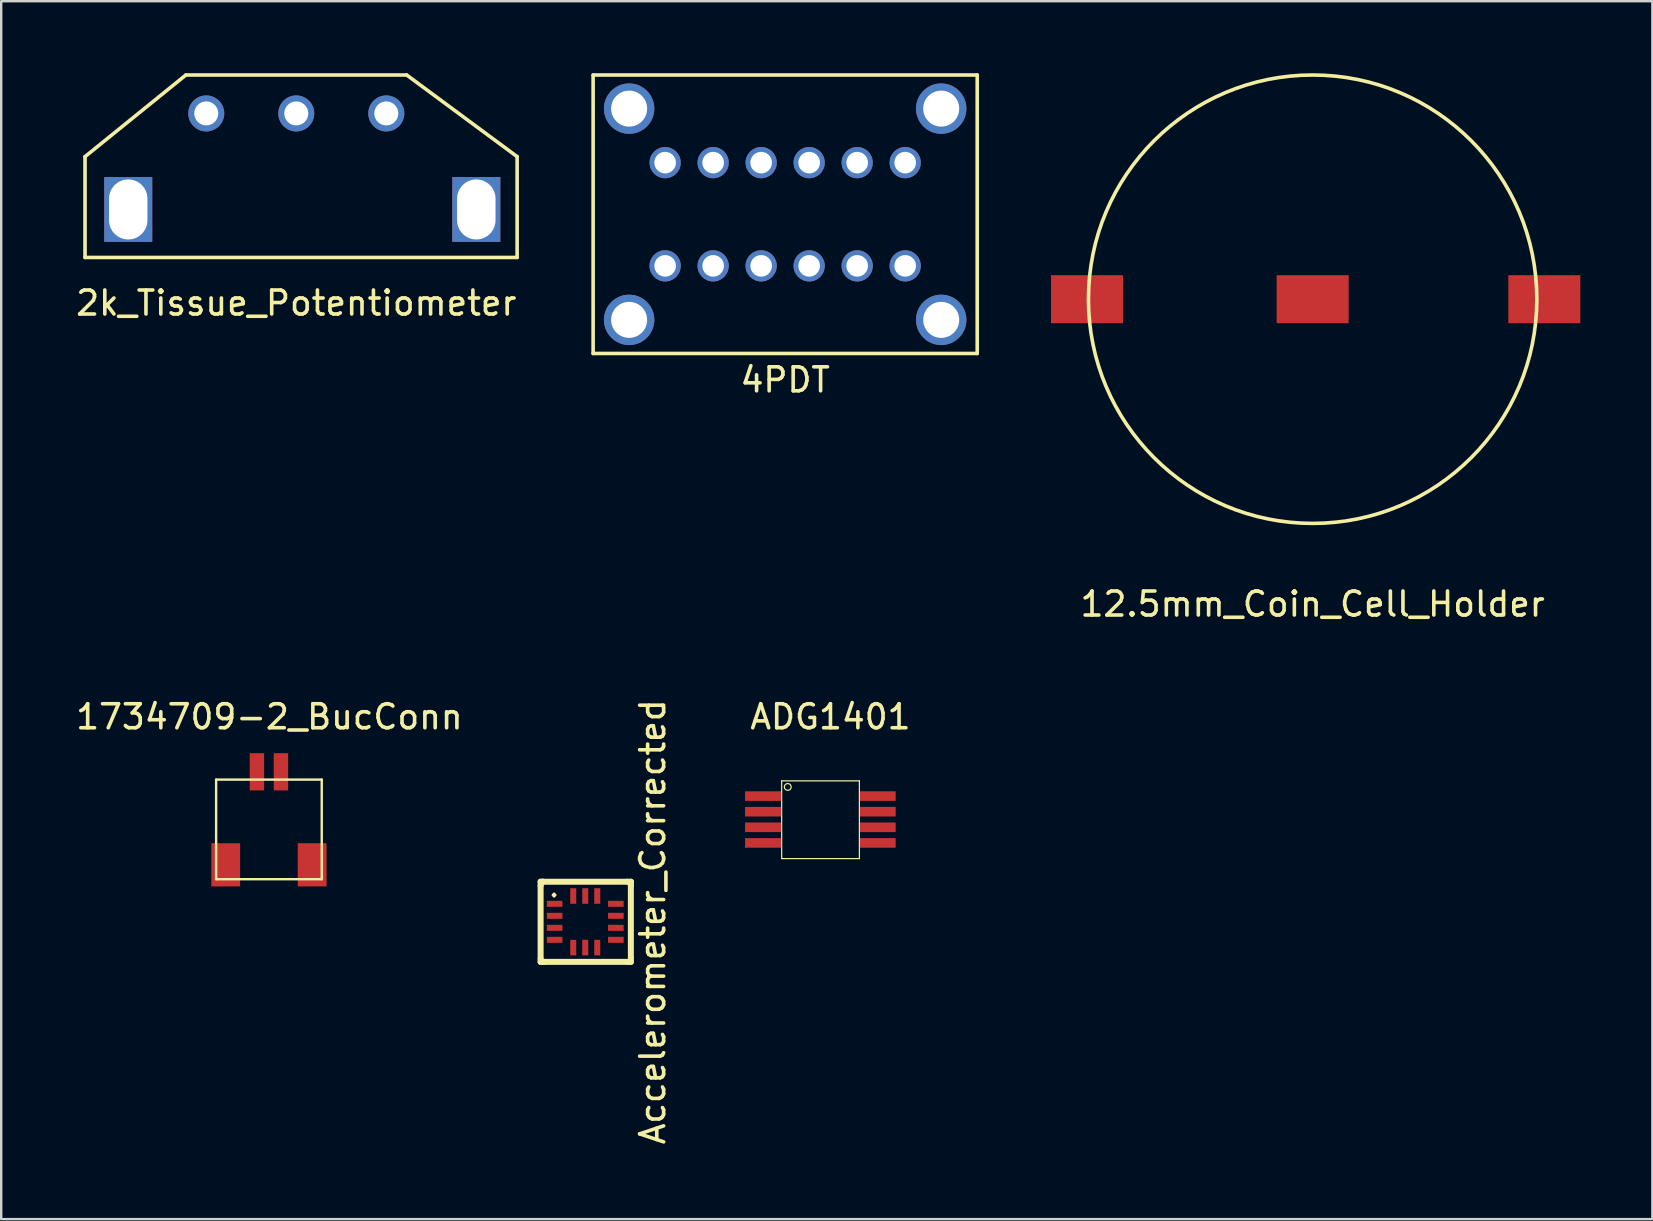
<source format=kicad_pcb>
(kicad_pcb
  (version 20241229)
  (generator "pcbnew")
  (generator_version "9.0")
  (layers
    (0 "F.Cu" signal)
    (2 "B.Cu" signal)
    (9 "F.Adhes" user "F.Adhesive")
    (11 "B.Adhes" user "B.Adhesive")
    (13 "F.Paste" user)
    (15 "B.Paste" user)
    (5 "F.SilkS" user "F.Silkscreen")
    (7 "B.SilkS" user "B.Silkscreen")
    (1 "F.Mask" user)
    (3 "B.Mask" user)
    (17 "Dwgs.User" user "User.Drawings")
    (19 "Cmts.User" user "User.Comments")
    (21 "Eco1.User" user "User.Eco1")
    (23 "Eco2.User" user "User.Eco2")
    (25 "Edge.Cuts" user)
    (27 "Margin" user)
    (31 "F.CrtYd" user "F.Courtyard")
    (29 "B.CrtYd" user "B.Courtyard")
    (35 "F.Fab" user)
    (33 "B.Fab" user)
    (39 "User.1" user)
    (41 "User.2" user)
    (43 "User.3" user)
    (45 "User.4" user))
  (footprint "4PDT"
    (layer "F.Cu")
    (at 29.658 5.875)
    (property "Reference" "4PDT" (at 0 6.9 0) (layer "F.SilkS") (effects (font (size 1 1) (thickness 0.15))))
    (attr through_hole)
    (fp_line (start -8 -5.8) (end 8 -5.8) (stroke (width 0.15) (type solid)) (layer "F.SilkS"))
    (fp_line (start -8 5.8) (end -8 -5.8) (stroke (width 0.15) (type solid)) (layer "F.SilkS"))
    (fp_line (start 8 -5.8) (end 8 5.8) (stroke (width 0.15) (type solid)) (layer "F.SilkS"))
    (fp_line (start 8 5.8) (end -8 5.8) (stroke (width 0.15) (type solid)) (layer "F.SilkS"))
    (pad "" thru_hole circle (at -6.5 -4.4) (size 2.1 2.1) (drill 1.5) (layers "*.Cu" "*.Mask"))
    (pad "" thru_hole circle (at -6.5 4.4) (size 2.1 2.1) (drill 1.5) (layers "*.Cu" "*.Mask"))
    (pad "" thru_hole circle (at 6.5 -4.4) (size 2.1 2.1) (drill 1.5) (layers "*.Cu" "*.Mask"))
    (pad "" thru_hole circle (at 6.5 4.4) (size 2.1 2.1) (drill 1.5) (layers "*.Cu" "*.Mask"))
    (pad "1" thru_hole circle (at -5 -2.15) (size 1.3 1.3) (drill 0.9) (layers "*.Cu" "*.Mask"))
    (pad "2" thru_hole circle (at -3 -2.15) (size 1.3 1.3) (drill 0.9) (layers "*.Cu" "*.Mask"))
    (pad "3" thru_hole circle (at -1 -2.15) (size 1.3 1.3) (drill 0.9) (layers "*.Cu" "*.Mask"))
    (pad "4" thru_hole circle (at 1 -2.15) (size 1.3 1.3) (drill 0.9) (layers "*.Cu" "*.Mask"))
    (pad "5" thru_hole circle (at 3 -2.15) (size 1.3 1.3) (drill 0.9) (layers "*.Cu" "*.Mask"))
    (pad "6" thru_hole circle (at 5 -2.15) (size 1.3 1.3) (drill 0.9) (layers "*.Cu" "*.Mask"))
    (pad "7" thru_hole circle (at -5 2.15) (size 1.3 1.3) (drill 0.9) (layers "*.Cu" "*.Mask"))
    (pad "8" thru_hole circle (at -3 2.15) (size 1.3 1.3) (drill 0.9) (layers "*.Cu" "*.Mask"))
    (pad "9" thru_hole circle (at -1 2.15) (size 1.3 1.3) (drill 0.9) (layers "*.Cu" "*.Mask"))
    (pad "10" thru_hole circle (at 1 2.15) (size 1.3 1.3) (drill 0.9) (layers "*.Cu" "*.Mask"))
    (pad "11" thru_hole circle (at 3 2.15) (size 1.3 1.3) (drill 0.9) (layers "*.Cu" "*.Mask"))
    (pad "12" thru_hole circle (at 5 2.15) (size 1.3 1.3) (drill 0.9) (layers "*.Cu" "*.Mask")))
  (footprint "1734709-2_BucConn"
    (layer "F.Cu")
    (at 8.153 29.101)
    (property "Reference" "1734709-2_BucConn" (at 0.02 -2.29 0) (layer "F.SilkS") (effects (font (size 1 1) (thickness 0.15))))
    (attr through_hole)
    (fp_line (start -2.2 0.325) (end 2.2 0.325) (stroke (width 0.1) (type solid)) (layer "F.SilkS"))
    (fp_line (start -2.2 4.475) (end -2.2 0.325) (stroke (width 0.1) (type solid)) (layer "F.SilkS"))
    (fp_line (start 2.2 0.325) (end 2.2 4.475) (stroke (width 0.1) (type solid)) (layer "F.SilkS"))
    (fp_line (start 2.2 4.475) (end -2.2 4.475) (stroke (width 0.1) (type solid)) (layer "F.SilkS"))
    (pad "1" smd rect (at -0.5 0) (size 0.6 1.55) (layers "F.Cu" "F.Mask" "F.Paste"))
    (pad "2" smd rect (at 0.5 0) (size 0.6 1.55) (layers "F.Cu" "F.Mask" "F.Paste"))
    (pad "3" smd rect (at 1.8 3.875) (size 1.2 1.8) (layers "F.Cu" "F.Mask" "F.Paste"))
    (pad "4" smd rect (at -1.8 3.875) (size 1.2 1.8) (layers "F.Cu" "F.Mask" "F.Paste")))
  (footprint "12.5mm_Coin_Cell_Holder"
    (layer "F.Cu")
    (at 51.631 9.414)
    (property "Reference" "12.5mm_Coin_Cell_Holder" (at 0 12.7 0) (layer "F.SilkS") (effects (font (size 1 1) (thickness 0.15))))
    (attr through_hole)
    (fp_circle (center 0 0) (end 8.636 -3.556) (stroke (width 0.15) (type solid)) (fill no) (layer "F.SilkS"))
    (pad "1" smd rect (at -9.398 0) (size 3 2) (layers "F.Cu" "F.Mask" "F.Paste"))
    (pad "1" smd rect (at 9.652 0) (size 3 2) (layers "F.Cu" "F.Mask" "F.Paste"))
    (pad "2" smd rect (at 0 0) (size 3 2) (layers "F.Cu" "F.Mask" "F.Paste")))
  (footprint "Accelerometer_Corrected"
    (layer "F.Cu")
    (at 21.33 35.35)
    (property "Reference" "Accelerometer_Corrected" (at 2.81 0 90) (layer "F.SilkS") (effects (font (size 1 1) (thickness 0.15))))
    (attr through_hole)
    (fp_line (start -1.86 -1.67) (end -1.77 -1.67) (stroke (width 0.25) (type solid)) (layer "F.SilkS"))
    (fp_line (start -1.86 -1.51) (end -1.86 -1.67) (stroke (width 0.25) (type solid)) (layer "F.SilkS"))
    (fp_line (start -1.86 -1.49) (end -1.86 1.51) (stroke (width 0.25) (type solid)) (layer "F.SilkS"))
    (fp_line (start -1.86 1.54) (end -1.86 1.67) (stroke (width 0.25) (type solid)) (layer "F.SilkS"))
    (fp_line (start -1.86 1.67) (end -1.7 1.67) (stroke (width 0.25) (type solid)) (layer "F.SilkS"))
    (fp_line (start -1.77 -1.67) (end -1.77 -1.66) (stroke (width 0.25) (type solid)) (layer "F.SilkS"))
    (fp_line (start -1.75 1.67) (end 1.75 1.67) (stroke (width 0.25) (type solid)) (layer "F.SilkS"))
    (fp_line (start 1.75 -1.67) (end -1.75 -1.67) (stroke (width 0.25) (type solid)) (layer "F.SilkS"))
    (fp_line (start 1.79 1.67) (end 1.9 1.67) (stroke (width 0.25) (type solid)) (layer "F.SilkS"))
    (fp_line (start 1.9 -1.67) (end 1.76 -1.67) (stroke (width 0.25) (type solid)) (layer "F.SilkS"))
    (fp_line (start 1.9 -1.66) (end 1.9 -1.67) (stroke (width 0.25) (type solid)) (layer "F.SilkS"))
    (fp_line (start 1.9 -1.52) (end 1.9 -1.66) (stroke (width 0.25) (type solid)) (layer "F.SilkS"))
    (fp_line (start 1.9 1.5) (end 1.9 -1.5) (stroke (width 0.25) (type solid)) (layer "F.SilkS"))
    (fp_line (start 1.9 1.67) (end 1.9 1.52) (stroke (width 0.25) (type solid)) (layer "F.SilkS"))
    (fp_text user "." (at -1.3 -1.525 0) (layer "F.SilkS") (effects (font (size 1 1) (thickness 0.1))))
    (pad "1" smd rect (at -1.275 -0.75 90) (size 0.25 0.65) (layers "F.Cu" "F.Mask" "F.Paste"))
    (pad "2" smd rect (at -1.275 -0.25 90) (size 0.25 0.65) (layers "F.Cu" "F.Mask" "F.Paste"))
    (pad "3" smd rect (at -1.275 0.25 90) (size 0.25 0.65) (layers "F.Cu" "F.Mask" "F.Paste"))
    (pad "4" smd rect (at -1.275 0.75 90) (size 0.25 0.65) (layers "F.Cu" "F.Mask" "F.Paste"))
    (pad "5" smd rect (at -0.5 1.075) (size 0.25 0.65) (layers "F.Cu" "F.Mask" "F.Paste"))
    (pad "6" smd rect (at 0 1.075) (size 0.25 0.65) (layers "F.Cu" "F.Mask" "F.Paste"))
    (pad "7" smd rect (at 0.5 1.075) (size 0.25 0.65) (layers "F.Cu" "F.Mask" "F.Paste"))
    (pad "8" smd rect (at 1.275 0.75 90) (size 0.25 0.65) (layers "F.Cu" "F.Mask" "F.Paste"))
    (pad "9" smd rect (at 1.275 0.25 90) (size 0.25 0.65) (layers "F.Cu" "F.Mask" "F.Paste"))
    (pad "10" smd rect (at 1.275 -0.25 90) (size 0.25 0.65) (layers "F.Cu" "F.Mask" "F.Paste"))
    (pad "11" smd rect (at 1.275 -0.75 90) (size 0.25 0.65) (layers "F.Cu" "F.Mask" "F.Paste"))
    (pad "12" smd rect (at 0.5 -1.075) (size 0.25 0.65) (layers "F.Cu" "F.Mask" "F.Paste"))
    (pad "13" smd rect (at 0 -1.075) (size 0.25 0.65) (layers "F.Cu" "F.Mask" "F.Paste"))
    (pad "14" smd rect (at -0.5 -1.075) (size 0.25 0.65) (layers "F.Cu" "F.Mask" "F.Paste")))
  (footprint "2k_Tissue_Potentiometer"
    (layer "F.Cu")
    (at 9.292 5.675)
    (property "Reference" "2k_Tissue_Potentiometer" (at 0 3.9 0) (layer "F.SilkS") (effects (font (size 1 1) (thickness 0.15))))
    (attr through_hole)
    (fp_line (start -8.8 -2.2) (end -4.6 -5.6) (stroke (width 0.15) (type solid)) (layer "F.SilkS"))
    (fp_line (start -8.8 2) (end -8.8 -2.2) (stroke (width 0.15) (type solid)) (layer "F.SilkS"))
    (fp_line (start -8.8 2) (end 9.2 2) (stroke (width 0.15) (type solid)) (layer "F.SilkS"))
    (fp_line (start -4.6 -5.6) (end 4.6 -5.6) (stroke (width 0.15) (type solid)) (layer "F.SilkS"))
    (fp_line (start 4.6 -5.6) (end 9.2 -2.2) (stroke (width 0.15) (type solid)) (layer "F.SilkS"))
    (fp_line (start 9.2 -2.2) (end 9.2 2) (stroke (width 0.15) (type solid)) (layer "F.SilkS"))
    (pad "" thru_hole trapezoid (at -7 0) (size 2 2.7) (drill oval 1.6 2.5) (layers "*.Cu" "*.Mask"))
    (pad "" thru_hole rect (at 7.5 0) (size 2 2.7) (drill oval 1.6 2.5) (layers "*.Cu" "*.Mask"))
    (pad "1" thru_hole circle (at 3.75 -4) (size 1.5 1.5) (drill 1) (layers "*.Cu" "*.Mask"))
    (pad "2" thru_hole circle (at 0 -4) (size 1.5 1.5) (drill 1) (layers "*.Cu" "*.Mask"))
    (pad "3" thru_hole circle (at -3.75 -4) (size 1.5 1.5) (drill 1) (layers "*.Cu" "*.Mask")))
  (footprint "ADG1401"
    (layer "F.Cu")
    (at 31.29 28.843)
    (property "Reference" "ADG1401" (at 0.254 -2.032 0) (layer "F.SilkS") (effects (font (size 1 1) (thickness 0.15))))
    (attr through_hole)
    (fp_line (start -1.778 0.635) (end -1.778 3.873) (stroke (width 0.05) (type solid)) (layer "F.SilkS"))
    (fp_line (start -1.778 0.635) (end 1.46 0.635) (stroke (width 0.05) (type solid)) (layer "F.SilkS"))
    (fp_line (start 1.46 0.635) (end 1.46 3.873) (stroke (width 0.05) (type solid)) (layer "F.SilkS"))
    (fp_line (start 1.46 3.873) (end -1.778 3.873) (stroke (width 0.05) (type solid)) (layer "F.SilkS"))
    (fp_circle (center -1.524 0.889) (end -1.397 0.953) (stroke (width 0.05) (type solid)) (fill no) (layer "F.SilkS"))
    (pad "1" smd rect (at -2.54 1.27) (size 1.524 0.4) (layers "F.Cu" "F.Mask" "F.Paste"))
    (pad "2" smd rect (at -2.54 1.92) (size 1.524 0.4) (layers "F.Cu" "F.Mask" "F.Paste"))
    (pad "3" smd rect (at -2.54 2.57) (size 1.524 0.4) (layers "F.Cu" "F.Mask" "F.Paste"))
    (pad "4" smd rect (at -2.54 3.22) (size 1.524 0.4) (layers "F.Cu" "F.Mask" "F.Paste"))
    (pad "5" smd rect (at 2.209 3.22) (size 1.524 0.4) (layers "F.Cu" "F.Mask" "F.Paste"))
    (pad "6" smd rect (at 2.209 2.57) (size 1.524 0.4) (layers "F.Cu" "F.Mask" "F.Paste"))
    (pad "7" smd rect (at 2.209 1.92) (size 1.524 0.4) (layers "F.Cu" "F.Mask" "F.Paste"))
    (pad "8" smd rect (at 2.209 1.27) (size 1.524 0.4) (layers "F.Cu" "F.Mask" "F.Paste")))
  (gr_rect
    (start -3 -3)
    (end 65.783 47.737)
    (stroke (width 0.1) (type default))
    (fill no)
    (layer "Edge.Cuts")))
</source>
